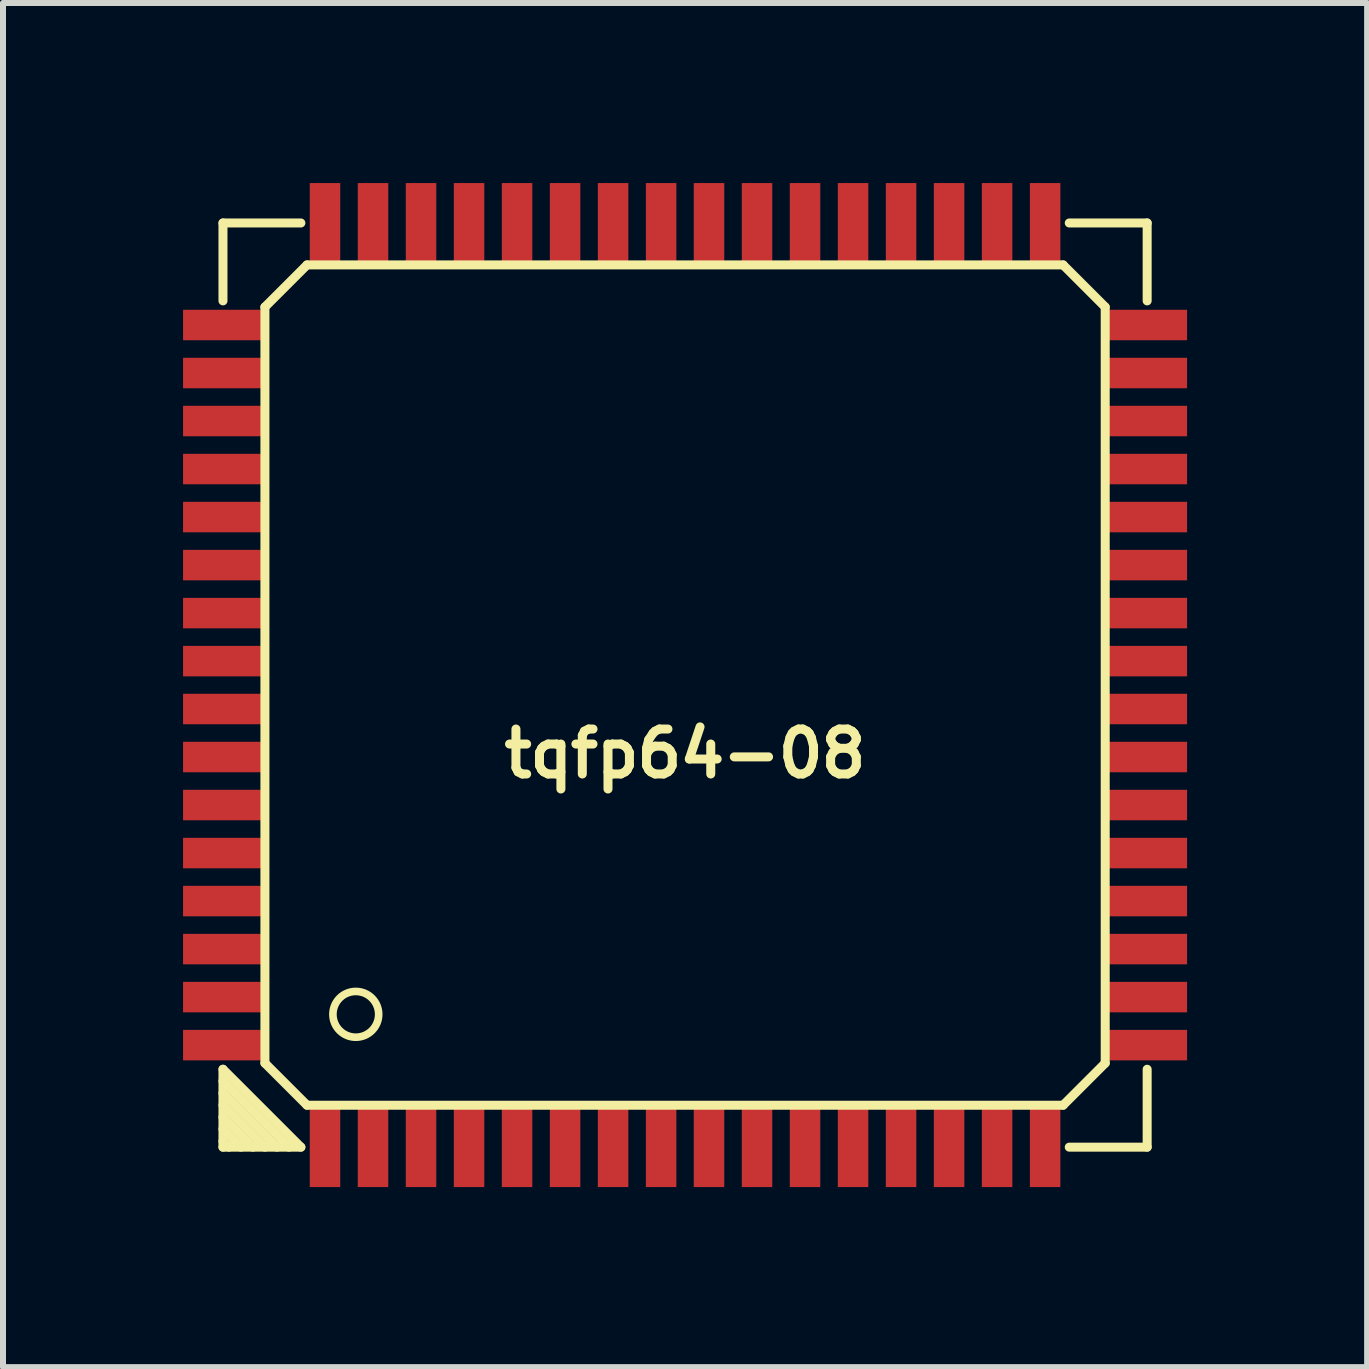
<source format=kicad_pcb>
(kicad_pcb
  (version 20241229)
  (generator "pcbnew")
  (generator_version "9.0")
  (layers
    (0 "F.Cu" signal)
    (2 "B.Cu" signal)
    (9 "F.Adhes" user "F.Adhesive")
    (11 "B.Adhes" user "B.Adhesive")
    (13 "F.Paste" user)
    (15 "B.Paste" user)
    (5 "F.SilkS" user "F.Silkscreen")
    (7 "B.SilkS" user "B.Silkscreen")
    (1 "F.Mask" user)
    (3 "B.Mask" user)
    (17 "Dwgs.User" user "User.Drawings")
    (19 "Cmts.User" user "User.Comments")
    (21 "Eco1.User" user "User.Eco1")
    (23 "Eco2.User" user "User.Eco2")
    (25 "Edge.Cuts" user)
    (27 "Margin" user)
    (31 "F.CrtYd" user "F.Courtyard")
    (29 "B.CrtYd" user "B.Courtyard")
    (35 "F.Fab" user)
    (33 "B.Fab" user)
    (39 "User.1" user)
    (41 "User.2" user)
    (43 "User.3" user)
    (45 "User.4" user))
  (footprint "tqfp64-08"
    (layer "F.Cu")
    (at 8.364 8.364)
    (property "Reference" "tqfp64-08" (at 0 1.143 0) (layer "F.SilkS") (effects (font (size 0.749 0.749) (thickness 0.15))))
    (attr smd)
    (fp_line (start -7.699 -7.699) (end -6.401 -7.699) (stroke (width 0.15) (type solid)) (layer "F.SilkS"))
    (fp_line (start -7.699 -6.401) (end -7.699 -7.699) (stroke (width 0.15) (type solid)) (layer "F.SilkS"))
    (fp_line (start -7.699 6.401) (end -6.401 7.699) (stroke (width 0.15) (type solid)) (layer "F.SilkS"))
    (fp_line (start -7.699 6.599) (end -6.599 7.699) (stroke (width 0.15) (type solid)) (layer "F.SilkS"))
    (fp_line (start -7.699 7) (end -7 7.699) (stroke (width 0.15) (type solid)) (layer "F.SilkS"))
    (fp_line (start -7.699 7.399) (end -7.399 7.699) (stroke (width 0.15) (type solid)) (layer "F.SilkS"))
    (fp_line (start -7.699 7.699) (end -7.699 6.401) (stroke (width 0.15) (type solid)) (layer "F.SilkS"))
    (fp_line (start -7.699 7.699) (end -6.401 7.699) (stroke (width 0.15) (type solid)) (layer "F.SilkS"))
    (fp_line (start -7.6 7.699) (end -7.699 7.6) (stroke (width 0.15) (type solid)) (layer "F.SilkS"))
    (fp_line (start -7.201 7.699) (end -7.699 7.201) (stroke (width 0.15) (type solid)) (layer "F.SilkS"))
    (fp_line (start -7 -6.299) (end -7 6.299) (stroke (width 0.15) (type solid)) (layer "F.SilkS"))
    (fp_line (start -7 6.299) (end -6.299 7) (stroke (width 0.15) (type solid)) (layer "F.SilkS"))
    (fp_line (start -6.8 7.699) (end -7.699 6.8) (stroke (width 0.15) (type solid)) (layer "F.SilkS"))
    (fp_line (start -6.299 -7) (end -7 -6.299) (stroke (width 0.15) (type solid)) (layer "F.SilkS"))
    (fp_line (start -6.299 7) (end 6.299 7) (stroke (width 0.15) (type solid)) (layer "F.SilkS"))
    (fp_line (start 6.299 -7) (end -6.299 -7) (stroke (width 0.15) (type solid)) (layer "F.SilkS"))
    (fp_line (start 6.299 7) (end 7 6.299) (stroke (width 0.15) (type solid)) (layer "F.SilkS"))
    (fp_line (start 6.401 -7.699) (end 7.699 -7.699) (stroke (width 0.15) (type solid)) (layer "F.SilkS"))
    (fp_line (start 6.401 7.699) (end 7.699 7.699) (stroke (width 0.15) (type solid)) (layer "F.SilkS"))
    (fp_line (start 7 -6.299) (end 6.299 -7) (stroke (width 0.15) (type solid)) (layer "F.SilkS"))
    (fp_line (start 7 6.299) (end 7 -6.299) (stroke (width 0.15) (type solid)) (layer "F.SilkS"))
    (fp_line (start 7.699 -7.699) (end 7.699 -6.401) (stroke (width 0.15) (type solid)) (layer "F.SilkS"))
    (fp_line (start 7.699 7.699) (end 7.699 6.401) (stroke (width 0.15) (type solid)) (layer "F.SilkS"))
    (fp_circle (center -5.486 5.486) (end -5.715 5.791) (stroke (width 0.127) (type solid)) (fill no) (layer "F.SilkS"))
    (pad "1" smd rect (at -5.999 7.714) (size 0.508 1.3) (layers "F.Cu" "F.Mask" "F.Paste"))
    (pad "2" smd rect (at -5.199 7.714) (size 0.508 1.3) (layers "F.Cu" "F.Mask" "F.Paste"))
    (pad "3" smd rect (at -4.399 7.714) (size 0.508 1.3) (layers "F.Cu" "F.Mask" "F.Paste"))
    (pad "4" smd rect (at -3.599 7.714) (size 0.508 1.3) (layers "F.Cu" "F.Mask" "F.Paste"))
    (pad "5" smd rect (at -2.799 7.714) (size 0.508 1.3) (layers "F.Cu" "F.Mask" "F.Paste"))
    (pad "6" smd rect (at -1.999 7.714) (size 0.508 1.3) (layers "F.Cu" "F.Mask" "F.Paste"))
    (pad "7" smd rect (at -1.199 7.714) (size 0.508 1.3) (layers "F.Cu" "F.Mask" "F.Paste"))
    (pad "8" smd rect (at -0.399 7.714) (size 0.508 1.3) (layers "F.Cu" "F.Mask" "F.Paste"))
    (pad "9" smd rect (at 0.399 7.714) (size 0.508 1.3) (layers "F.Cu" "F.Mask" "F.Paste"))
    (pad "10" smd rect (at 1.199 7.714) (size 0.508 1.3) (layers "F.Cu" "F.Mask" "F.Paste"))
    (pad "11" smd rect (at 1.999 7.714) (size 0.508 1.3) (layers "F.Cu" "F.Mask" "F.Paste"))
    (pad "12" smd rect (at 2.799 7.714) (size 0.508 1.3) (layers "F.Cu" "F.Mask" "F.Paste"))
    (pad "13" smd rect (at 3.599 7.714) (size 0.508 1.3) (layers "F.Cu" "F.Mask" "F.Paste"))
    (pad "14" smd rect (at 4.399 7.714) (size 0.508 1.3) (layers "F.Cu" "F.Mask" "F.Paste"))
    (pad "15" smd rect (at 5.199 7.714) (size 0.508 1.3) (layers "F.Cu" "F.Mask" "F.Paste"))
    (pad "16" smd rect (at 5.999 7.714) (size 0.508 1.3) (layers "F.Cu" "F.Mask" "F.Paste"))
    (pad "17" smd rect (at 7.714 5.999) (size 1.3 0.508) (layers "F.Cu" "F.Mask" "F.Paste"))
    (pad "18" smd rect (at 7.714 5.199) (size 1.3 0.508) (layers "F.Cu" "F.Mask" "F.Paste"))
    (pad "19" smd rect (at 7.714 4.399) (size 1.3 0.508) (layers "F.Cu" "F.Mask" "F.Paste"))
    (pad "20" smd rect (at 7.714 3.599) (size 1.3 0.508) (layers "F.Cu" "F.Mask" "F.Paste"))
    (pad "21" smd rect (at 7.714 2.799) (size 1.3 0.508) (layers "F.Cu" "F.Mask" "F.Paste"))
    (pad "22" smd rect (at 7.714 1.999) (size 1.3 0.508) (layers "F.Cu" "F.Mask" "F.Paste"))
    (pad "23" smd rect (at 7.714 1.199) (size 1.3 0.508) (layers "F.Cu" "F.Mask" "F.Paste"))
    (pad "24" smd rect (at 7.714 0.399) (size 1.3 0.508) (layers "F.Cu" "F.Mask" "F.Paste"))
    (pad "25" smd rect (at 7.714 -0.399) (size 1.3 0.508) (layers "F.Cu" "F.Mask" "F.Paste"))
    (pad "26" smd rect (at 7.714 -1.199) (size 1.3 0.508) (layers "F.Cu" "F.Mask" "F.Paste"))
    (pad "27" smd rect (at 7.714 -1.999) (size 1.3 0.508) (layers "F.Cu" "F.Mask" "F.Paste"))
    (pad "28" smd rect (at 7.714 -2.799) (size 1.3 0.508) (layers "F.Cu" "F.Mask" "F.Paste"))
    (pad "29" smd rect (at 7.714 -3.599) (size 1.3 0.508) (layers "F.Cu" "F.Mask" "F.Paste"))
    (pad "30" smd rect (at 7.714 -4.399) (size 1.3 0.508) (layers "F.Cu" "F.Mask" "F.Paste"))
    (pad "31" smd rect (at 7.714 -5.199) (size 1.3 0.508) (layers "F.Cu" "F.Mask" "F.Paste"))
    (pad "32" smd rect (at 7.714 -5.999) (size 1.3 0.508) (layers "F.Cu" "F.Mask" "F.Paste"))
    (pad "33" smd rect (at 5.999 -7.714) (size 0.508 1.3) (layers "F.Cu" "F.Mask" "F.Paste"))
    (pad "34" smd rect (at 5.199 -7.714) (size 0.508 1.3) (layers "F.Cu" "F.Mask" "F.Paste"))
    (pad "35" smd rect (at 4.399 -7.714) (size 0.508 1.3) (layers "F.Cu" "F.Mask" "F.Paste"))
    (pad "36" smd rect (at 3.599 -7.714) (size 0.508 1.3) (layers "F.Cu" "F.Mask" "F.Paste"))
    (pad "37" smd rect (at 2.799 -7.714) (size 0.508 1.3) (layers "F.Cu" "F.Mask" "F.Paste"))
    (pad "38" smd rect (at 1.999 -7.714) (size 0.508 1.3) (layers "F.Cu" "F.Mask" "F.Paste"))
    (pad "39" smd rect (at 1.199 -7.714) (size 0.508 1.3) (layers "F.Cu" "F.Mask" "F.Paste"))
    (pad "40" smd rect (at 0.399 -7.714) (size 0.508 1.3) (layers "F.Cu" "F.Mask" "F.Paste"))
    (pad "41" smd rect (at -0.399 -7.714) (size 0.508 1.3) (layers "F.Cu" "F.Mask" "F.Paste"))
    (pad "42" smd rect (at -1.199 -7.714) (size 0.508 1.3) (layers "F.Cu" "F.Mask" "F.Paste"))
    (pad "43" smd rect (at -1.999 -7.714) (size 0.508 1.3) (layers "F.Cu" "F.Mask" "F.Paste"))
    (pad "44" smd rect (at -2.799 -7.714) (size 0.508 1.3) (layers "F.Cu" "F.Mask" "F.Paste"))
    (pad "45" smd rect (at -3.599 -7.714) (size 0.508 1.3) (layers "F.Cu" "F.Mask" "F.Paste"))
    (pad "46" smd rect (at -4.399 -7.714) (size 0.508 1.3) (layers "F.Cu" "F.Mask" "F.Paste"))
    (pad "47" smd rect (at -5.199 -7.714) (size 0.508 1.3) (layers "F.Cu" "F.Mask" "F.Paste"))
    (pad "48" smd rect (at -5.999 -7.714) (size 0.508 1.3) (layers "F.Cu" "F.Mask" "F.Paste"))
    (pad "49" smd rect (at -7.714 -5.999) (size 1.3 0.508) (layers "F.Cu" "F.Mask" "F.Paste"))
    (pad "50" smd rect (at -7.714 -5.199) (size 1.3 0.508) (layers "F.Cu" "F.Mask" "F.Paste"))
    (pad "51" smd rect (at -7.714 -4.399) (size 1.3 0.508) (layers "F.Cu" "F.Mask" "F.Paste"))
    (pad "52" smd rect (at -7.714 -3.599) (size 1.3 0.508) (layers "F.Cu" "F.Mask" "F.Paste"))
    (pad "53" smd rect (at -7.714 -2.799) (size 1.3 0.508) (layers "F.Cu" "F.Mask" "F.Paste"))
    (pad "54" smd rect (at -7.714 -1.999) (size 1.3 0.508) (layers "F.Cu" "F.Mask" "F.Paste"))
    (pad "55" smd rect (at -7.714 -1.199) (size 1.3 0.508) (layers "F.Cu" "F.Mask" "F.Paste"))
    (pad "56" smd rect (at -7.714 -0.399) (size 1.3 0.508) (layers "F.Cu" "F.Mask" "F.Paste"))
    (pad "57" smd rect (at -7.714 0.399) (size 1.3 0.508) (layers "F.Cu" "F.Mask" "F.Paste"))
    (pad "58" smd rect (at -7.714 1.199) (size 1.3 0.508) (layers "F.Cu" "F.Mask" "F.Paste"))
    (pad "59" smd rect (at -7.714 1.999) (size 1.3 0.508) (layers "F.Cu" "F.Mask" "F.Paste"))
    (pad "60" smd rect (at -7.714 2.799) (size 1.3 0.508) (layers "F.Cu" "F.Mask" "F.Paste"))
    (pad "61" smd rect (at -7.714 3.599) (size 1.3 0.508) (layers "F.Cu" "F.Mask" "F.Paste"))
    (pad "62" smd rect (at -7.714 4.399) (size 1.3 0.508) (layers "F.Cu" "F.Mask" "F.Paste"))
    (pad "63" smd rect (at -7.714 5.199) (size 1.3 0.508) (layers "F.Cu" "F.Mask" "F.Paste"))
    (pad "64" smd rect (at -7.714 5.999) (size 1.3 0.508) (layers "F.Cu" "F.Mask" "F.Paste")))
  (gr_rect
    (start -3 -3)
    (end 19.728 19.728)
    (stroke (width 0.1) (type default))
    (fill no)
    (layer "Edge.Cuts")))
</source>
